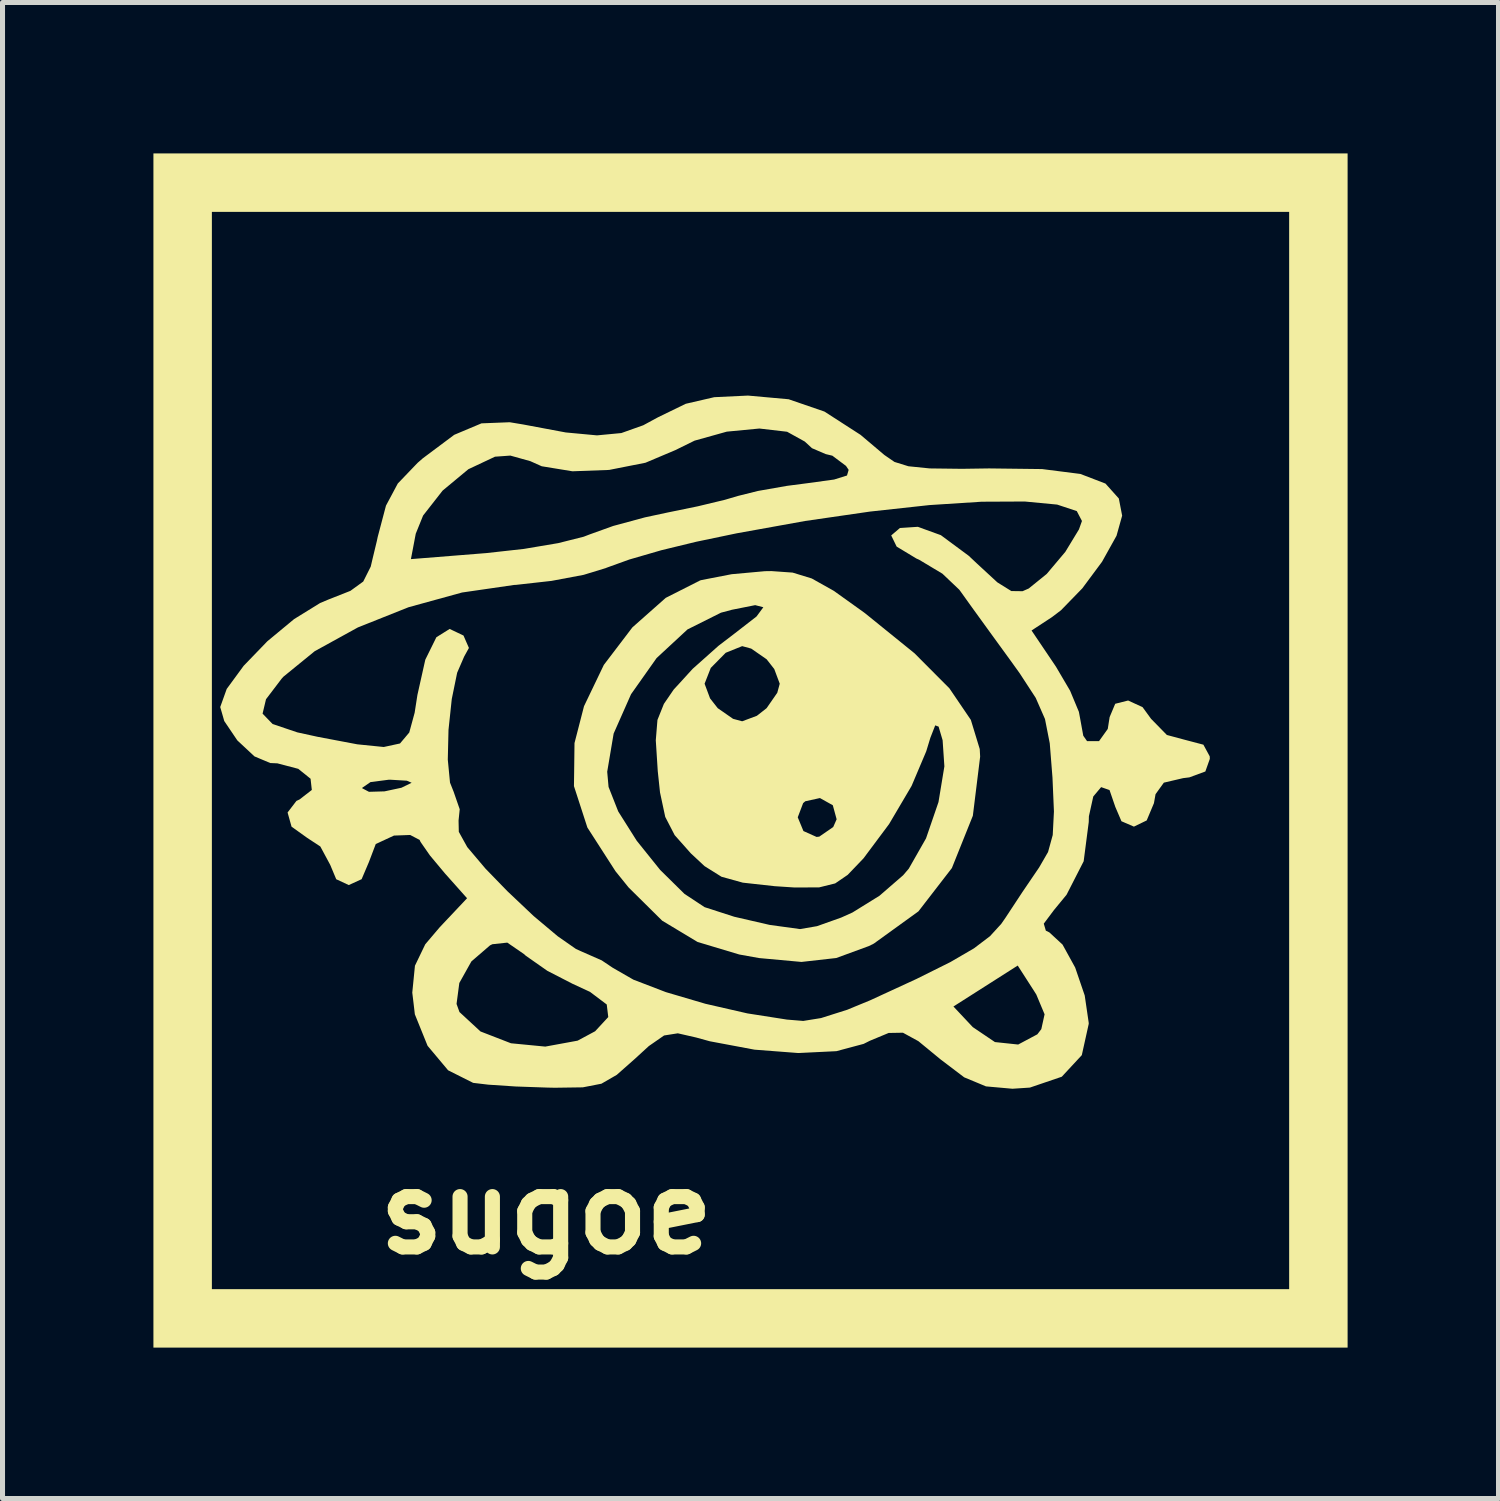
<source format=kicad_pcb>
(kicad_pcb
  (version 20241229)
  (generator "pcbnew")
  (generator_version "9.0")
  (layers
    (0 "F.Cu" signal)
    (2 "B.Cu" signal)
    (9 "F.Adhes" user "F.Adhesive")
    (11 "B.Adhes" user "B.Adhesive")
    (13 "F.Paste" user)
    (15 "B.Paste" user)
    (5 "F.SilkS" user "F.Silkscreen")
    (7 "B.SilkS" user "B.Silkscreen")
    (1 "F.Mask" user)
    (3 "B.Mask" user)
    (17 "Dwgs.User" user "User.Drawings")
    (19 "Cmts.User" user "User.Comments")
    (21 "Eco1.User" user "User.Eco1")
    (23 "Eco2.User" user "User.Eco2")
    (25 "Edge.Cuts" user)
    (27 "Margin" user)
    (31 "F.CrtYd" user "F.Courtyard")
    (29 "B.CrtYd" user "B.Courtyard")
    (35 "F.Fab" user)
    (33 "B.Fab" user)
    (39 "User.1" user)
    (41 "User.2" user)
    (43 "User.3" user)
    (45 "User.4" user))
  (footprint "sugoe"
    (layer "F.Cu")
    (at 11.87 11.87)
    (property "Reference" "sugoe" (at -4.06 9.19 0) (layer "F.SilkS") (effects (font (size 1.5 1.5) (thickness 0.3))))
    (attr board_only exclude_from_pos_files exclude_from_bom)
    (fp_poly (pts (xy 11.87 -0.000001) (xy 11.87 11.87) (xy -0.000001 11.87) (xy -11.87 11.87) (xy -11.87 -0.000001) (xy -10.708 -0.000001) (xy -10.708 10.708) (xy -0.000001 10.708) (xy 10.708 10.708) (xy 10.708 -0.000001) (xy 10.708 -10.708) (xy -0.000001 -10.708) (xy -10.708 -10.708) (xy -10.708 -0.000001) (xy -11.87 -0.000001) (xy -11.87 -11.87) (xy -0.000001 -11.87) (xy 11.87 -11.87)) (stroke (width 0) (type solid)) (fill yes) (layer "F.SilkS"))
    (fp_poly (pts (xy 0.837 -3.537) (xy 1.218 -3.42) (xy 1.656 -3.174) (xy 2.243 -2.754) (xy 2.278 -2.728) (xy 3.26 -1.933) (xy 3.954 -1.236) (xy 4.38 -0.609) (xy 4.557 -0.029) (xy 4.565 0.122) (xy 4.42 1.297) (xy 4.003 2.337) (xy 3.338 3.198) (xy 2.452 3.838) (xy 2.354 3.887) (xy 1.705 4.125) (xy 1.013 4.203) (xy 0.171 4.126) (xy -0.224 4.055) (xy -1.053 3.806) (xy -1.756 3.383) (xy -2.423 2.723) (xy -2.684 2.4) (xy -3.243 1.531) (xy -3.51 0.708) (xy -3.506 0.422) (xy -2.849 0.422) (xy -2.822 0.724) (xy -2.63 1.211) (xy -2.262 1.794) (xy -1.796 2.374) (xy -1.313 2.85) (xy -0.913 3.114) (xy -0.322 3.305) (xy 0.381 3.467) (xy 0.985 3.55) (xy 1.322 3.492) (xy 1.803 3.321) (xy 2.027 3.22) (xy 2.563 2.888) (xy 3.034 2.48) (xy 3.146 2.349) (xy 3.489 1.747) (xy 3.737 1.025) (xy 3.854 0.315) (xy 3.819 -0.204) (xy 3.739 -0.475) (xy 3.672 -0.5) (xy 3.575 -0.252) (xy 3.493 0.017) (xy 3.202 0.704) (xy 2.755 1.462) (xy 2.246 2.144) (xy 1.932 2.472) (xy 1.683 2.642) (xy 1.364 2.721) (xy 0.874 2.723) (xy 0.48 2.697) (xy -0.153 2.627) (xy -0.576 2.51) (xy -0.913 2.299) (xy -1.186 2.045) (xy -1.508 1.682) (xy -1.691 1.328) (xy 0.939 1.328) (xy 1.052 1.601) (xy 1.313 1.718) (xy 1.367 1.712) (xy 1.644 1.521) (xy 1.712 1.367) (xy 1.636 1.088) (xy 1.38 0.945) (xy 1.089 1.009) (xy 1.046 1.046) (xy 0.939 1.328) (xy -1.691 1.328) (xy -1.695 1.321) (xy -1.799 0.834) (xy -1.844 0.409) (xy -1.883 -0.203) (xy -1.85 -0.608) (xy -1.722 -0.927) (xy -1.527 -1.212) (xy -1.42 -1.328) (xy -0.913 -1.328) (xy -0.804 -1.036) (xy -0.652 -0.842) (xy -0.347 -0.63) (xy -0.166 -0.581) (xy 0.126 -0.69) (xy 0.32 -0.842) (xy 0.532 -1.148) (xy 0.581 -1.328) (xy 0.472 -1.62) (xy 0.32 -1.814) (xy 0.014 -2.026) (xy -0.166 -2.075) (xy -0.493 -1.943) (xy -0.79 -1.642) (xy -0.913 -1.328) (xy -1.42 -1.328) (xy -1.151 -1.623) (xy -0.636 -2.082) (xy -0.309 -2.332) (xy 0.119 -2.664) (xy 0.255 -2.848) (xy 0.093 -2.89) (xy -0.37 -2.798) (xy -0.587 -2.74) (xy -1.253 -2.407) (xy -1.867 -1.838) (xy -2.375 -1.119) (xy -2.721 -0.337) (xy -2.849 0.422) (xy -3.506 0.422) (xy -3.499 -0.148) (xy -3.31 -0.881) (xy -2.916 -1.702) (xy -2.348 -2.448) (xy -1.685 -3.035) (xy -1.002 -3.381) (xy -0.973 -3.389) (xy -0.375 -3.505) (xy 0.287 -3.565) (xy 0.415 -3.567)) (stroke (width 0) (type solid)) (fill yes) (layer "F.SilkS"))
    (fp_poly (pts (xy 0.758 -6.983) (xy 1.47 -6.738) (xy 2.188 -6.275) (xy 2.661 -5.875) (xy 2.862 -5.737) (xy 3.139 -5.651) (xy 3.562 -5.608) (xy 4.203 -5.6) (xy 4.743 -5.608) (xy 5.797 -5.595) (xy 6.558 -5.498) (xy 7.056 -5.307) (xy 7.322 -5.01) (xy 7.388 -4.669) (xy 7.276 -4.269) (xy 6.988 -3.752) (xy 6.596 -3.224) (xy 6.173 -2.789) (xy 5.993 -2.652) (xy 5.587 -2.386) (xy 6.072 -1.667) (xy 6.353 -1.189) (xy 6.528 -0.769) (xy 6.558 -0.608) (xy 6.615 -0.294) (xy 6.69 -0.187) (xy 6.929 -0.187) (xy 7.102 -0.429) (xy 7.139 -0.664) (xy 7.25 -0.929) (xy 7.507 -0.994) (xy 7.794 -0.862) (xy 7.963 -0.63) (xy 8.277 -0.309) (xy 8.627 -0.215) (xy 9.003 -0.116) (xy 9.129 0.116) (xy 9.131 0.166) (xy 9.042 0.417) (xy 8.724 0.534) (xy 8.601 0.549) (xy 8.217 0.639) (xy 8.052 0.868) (xy 8.02 1.047) (xy 7.876 1.39) (xy 7.622 1.513) (xy 7.374 1.406) (xy 7.252 1.121) (xy 7.137 0.786) (xy 6.97 0.728) (xy 6.814 0.914) (xy 6.727 1.308) (xy 6.724 1.422) (xy 6.623 2.202) (xy 6.283 2.867) (xy 6.03 3.175) (xy 5.83 3.442) (xy 5.871 3.581) (xy 5.941 3.616) (xy 6.203 3.858) (xy 6.454 4.314) (xy 6.644 4.87) (xy 6.723 5.41) (xy 6.724 5.433) (xy 6.586 6.056) (xy 6.188 6.485) (xy 5.554 6.701) (xy 5.207 6.724) (xy 4.681 6.677) (xy 4.248 6.497) (xy 3.78 6.142) (xy 3.337 5.778) (xy 3.03 5.61) (xy 2.746 5.615) (xy 2.373 5.77) (xy 2.249 5.832) (xy 1.707 5.977) (xy 0.95 6.014) (xy 0.079 5.947) (xy -0.81 5.78) (xy -1.082 5.705) (xy -1.445 5.622) (xy -1.718 5.665) (xy -2.022 5.876) (xy -2.297 6.128) (xy -2.659 6.448) (xy -2.964 6.624) (xy -3.334 6.696) (xy -3.89 6.704) (xy -4.038 6.701) (xy -4.669 6.679) (xy -5.211 6.643) (xy -5.514 6.607) (xy -6.012 6.357) (xy -6.42 5.87) (xy -6.673 5.244) (xy -6.697 5.038) (xy -5.844 5.038) (xy -5.786 5.199) (xy -5.368 5.585) (xy -4.762 5.82) (xy -4.08 5.886) (xy -3.437 5.768) (xy -3.089 5.581) (xy -2.828 5.299) (xy -2.858 5.049) (xy -3.191 4.798) (xy -3.537 4.638) (xy -4.04 4.379) (xy -4.467 4.08) (xy -4.506 4.045) (xy -4.835 3.819) (xy -5.132 3.851) (xy -5.179 3.874) (xy -5.549 4.193) (xy -5.789 4.622) (xy -5.844 5.038) (xy -6.697 5.038) (xy -6.724 4.813) (xy -6.671 4.278) (xy -6.466 3.852) (xy -6.179 3.514) (xy -5.635 2.937) (xy -6.075 2.443) (xy -6.373 2.086) (xy -6.56 1.817) (xy -6.578 1.777) (xy -6.766 1.679) (xy -7.088 1.691) (xy -7.45 1.859) (xy -7.586 2.217) (xy -7.731 2.558) (xy -7.987 2.675) (xy -8.236 2.559) (xy -8.355 2.274) (xy -8.552 1.908) (xy -8.811 1.738) (xy -9.124 1.514) (xy -9.203 1.232) (xy -9.027 1.002) (xy -8.965 0.973) (xy -8.721 0.784) (xy -8.725 0.75) (xy -7.72 0.75) (xy -7.585 0.821) (xy -7.276 0.812) (xy -6.939 0.74) (xy -6.737 0.641) (xy -6.832 0.6) (xy -7.154 0.581) (xy -7.194 0.581) (xy -7.555 0.628) (xy -7.719 0.741) (xy -7.72 0.75) (xy -8.725 0.75) (xy -8.746 0.561) (xy -8.991 0.364) (xy -9.406 0.255) (xy -9.547 0.249) (xy -9.861 0.117) (xy -10.202 -0.201) (xy -10.462 -0.586) (xy -10.504 -0.733) (xy -9.7 -0.733) (xy -9.501 -0.527) (xy -9.01 -0.361) (xy -8.603 -0.272) (xy -7.816 -0.123) (xy -7.291 -0.07) (xy -6.968 -0.14) (xy -6.784 -0.358) (xy -6.677 -0.751) (xy -6.622 -1.104) (xy -6.465 -1.806) (xy -6.245 -2.252) (xy -5.981 -2.417) (xy -5.706 -2.286) (xy -5.598 -2.039) (xy -5.693 -1.867) (xy -5.832 -1.546) (xy -5.939 -1.023) (xy -6.004 -0.41) (xy -6.018 0.181) (xy -5.974 0.638) (xy -5.902 0.819) (xy -5.781 1.168) (xy -5.804 1.392) (xy -5.799 1.617) (xy -5.631 1.92) (xy -5.268 2.349) (xy -4.834 2.796) (xy -4.312 3.29) (xy -3.832 3.693) (xy -3.472 3.944) (xy -3.374 3.989) (xy -2.958 4.172) (xy -2.739 4.319) (xy -2.329 4.555) (xy -1.683 4.803) (xy -0.896 5.035) (xy -0.062 5.226) (xy 0.724 5.349) (xy 1.048 5.376) (xy 1.402 5.319) (xy 1.925 5.153) (xy 2.079 5.089) (xy 4.034 5.089) (xy 4.419 5.499) (xy 4.859 5.796) (xy 5.321 5.845) (xy 5.702 5.642) (xy 5.781 5.539) (xy 5.846 5.244) (xy 5.681 4.85) (xy 5.631 4.771) (xy 5.312 4.275) (xy 4.673 4.682) (xy 4.034 5.089) (xy 2.079 5.089) (xy 2.376 4.967) (xy 3.302 4.54) (xy 3.973 4.206) (xy 4.442 3.933) (xy 4.761 3.691) (xy 4.984 3.447) (xy 5.064 3.332) (xy 5.405 2.814) (xy 5.738 2.324) (xy 5.915 2.018) (xy 6.008 1.68) (xy 6.032 1.212) (xy 6.003 0.539) (xy 5.949 -0.143) (xy 5.854 -0.626) (xy 5.67 -1.046) (xy 5.35 -1.537) (xy 5.171 -1.786) (xy 4.767 -2.342) (xy 4.408 -2.838) (xy 4.165 -3.177) (xy 4.15 -3.197) (xy 3.815 -3.515) (xy 3.351 -3.793) (xy 3.297 -3.817) (xy 2.905 -4.054) (xy 2.797 -4.276) (xy 2.971 -4.424) (xy 3.326 -4.447) (xy 3.784 -4.281) (xy 4.338 -3.871) (xy 4.492 -3.726) (xy 4.907 -3.343) (xy 5.185 -3.17) (xy 5.408 -3.167) (xy 5.531 -3.221) (xy 5.888 -3.51) (xy 6.258 -3.949) (xy 6.529 -4.395) (xy 6.589 -4.563) (xy 6.486 -4.76) (xy 6.096 -4.889) (xy 5.453 -4.95) (xy 4.595 -4.946) (xy 3.556 -4.879) (xy 2.375 -4.75) (xy 1.086 -4.563) (xy -0.274 -4.318) (xy -1.079 -4.15) (xy -1.771 -3.982) (xy -2.409 -3.797) (xy -2.861 -3.634) (xy -2.876 -3.627) (xy -3.318 -3.492) (xy -3.957 -3.372) (xy -4.661 -3.293) (xy -4.702 -3.291) (xy -5.735 -3.141) (xy -6.799 -2.848) (xy -7.805 -2.447) (xy -8.664 -1.974) (xy -9.286 -1.467) (xy -9.322 -1.427) (xy -9.632 -1.019) (xy -9.7 -0.733) (xy -10.504 -0.733) (xy -10.542 -0.864) (xy -10.413 -1.224) (xy -10.076 -1.684) (xy -9.605 -2.172) (xy -9.074 -2.612) (xy -8.558 -2.931) (xy -8.395 -3) (xy -7.954 -3.174) (xy -7.699 -3.359) (xy -7.55 -3.656) (xy -7.515 -3.805) (xy -6.751 -3.805) (xy -5.25 -3.925) (xy -4.504 -4.008) (xy -3.822 -4.123) (xy -3.317 -4.25) (xy -3.203 -4.294) (xy -2.73 -4.464) (xy -2.098 -4.635) (xy -1.66 -4.729) (xy -1.047 -4.855) (xy -0.51 -4.984) (xy -0.249 -5.061) (xy 0.148 -5.16) (xy 0.723 -5.261) (xy 1.13 -5.314) (xy 1.662 -5.387) (xy 1.918 -5.467) (xy 1.951 -5.579) (xy 1.898 -5.658) (xy 1.627 -5.861) (xy 1.494 -5.893) (xy 1.222 -6.01) (xy 1.079 -6.142) (xy 0.727 -6.337) (xy 0.176 -6.401) (xy -0.471 -6.339) (xy -1.112 -6.16) (xy -1.494 -5.972) (xy -2.088 -5.721) (xy -2.811 -5.578) (xy -3.54 -5.551) (xy -4.151 -5.651) (xy -4.377 -5.752) (xy -4.774 -5.863) (xy -5.08 -5.841) (xy -5.609 -5.592) (xy -6.121 -5.167) (xy -6.509 -4.671) (xy -6.655 -4.31) (xy -6.751 -3.805) (xy -7.515 -3.805) (xy -7.428 -4.167) (xy -7.411 -4.247) (xy -7.247 -4.868) (xy -7.012 -5.308) (xy -6.619 -5.718) (xy -6.516 -5.808) (xy -5.89 -6.276) (xy -5.348 -6.504) (xy -4.787 -6.526) (xy -4.522 -6.482) (xy -3.673 -6.323) (xy -3.052 -6.265) (xy -2.568 -6.311) (xy -2.132 -6.466) (xy -1.84 -6.624) (xy -1.287 -6.893) (xy -0.721 -7.024) (xy -0.05 -7.056)) (stroke (width 0) (type solid)) (fill yes) (layer "F.SilkS")))
  (gr_rect
    (start -3 -3)
    (end 26.74 26.74)
    (stroke (width 0.1) (type default))
    (fill no)
    (layer "Edge.Cuts")))
</source>
